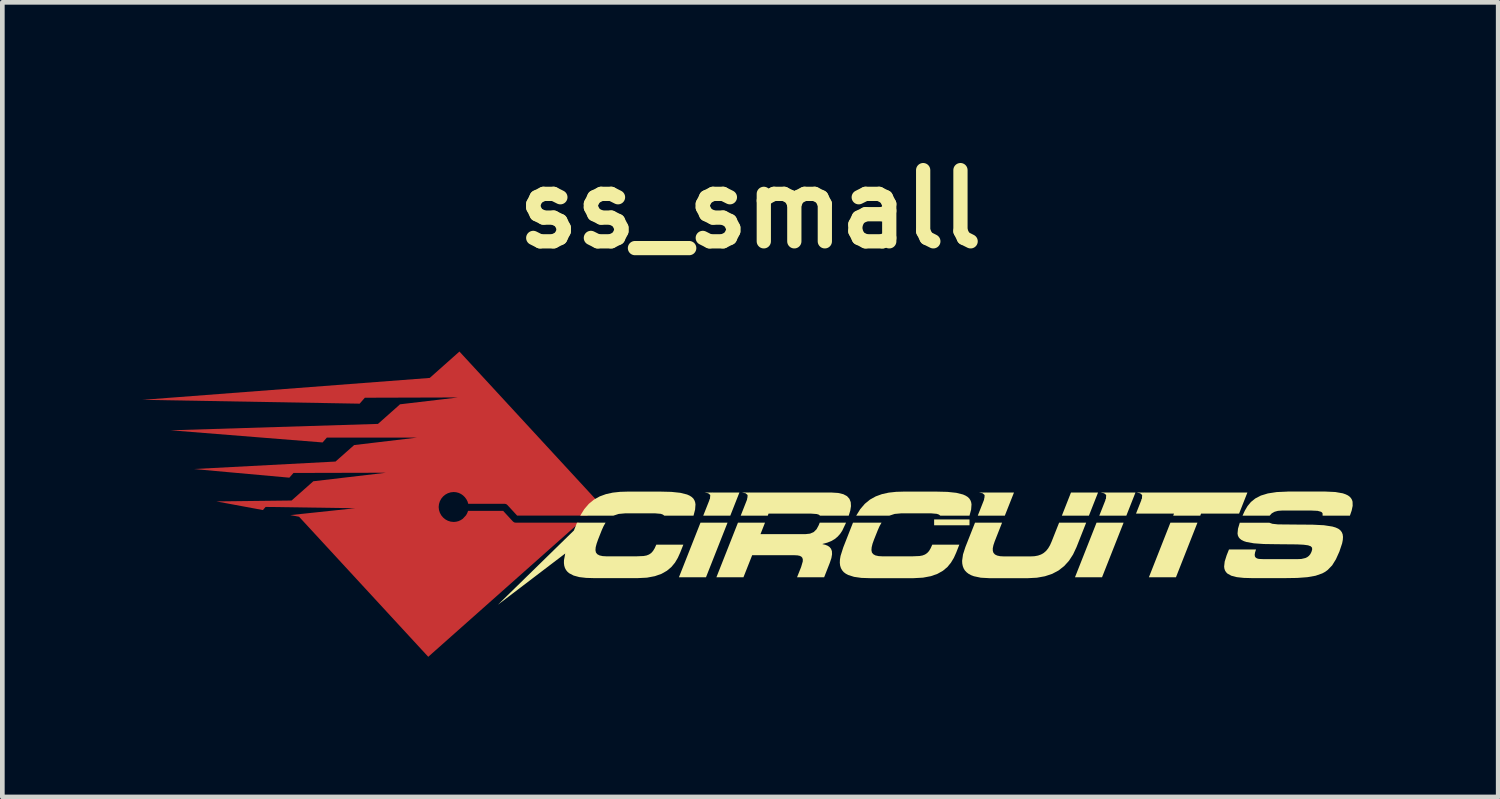
<source format=kicad_pcb>
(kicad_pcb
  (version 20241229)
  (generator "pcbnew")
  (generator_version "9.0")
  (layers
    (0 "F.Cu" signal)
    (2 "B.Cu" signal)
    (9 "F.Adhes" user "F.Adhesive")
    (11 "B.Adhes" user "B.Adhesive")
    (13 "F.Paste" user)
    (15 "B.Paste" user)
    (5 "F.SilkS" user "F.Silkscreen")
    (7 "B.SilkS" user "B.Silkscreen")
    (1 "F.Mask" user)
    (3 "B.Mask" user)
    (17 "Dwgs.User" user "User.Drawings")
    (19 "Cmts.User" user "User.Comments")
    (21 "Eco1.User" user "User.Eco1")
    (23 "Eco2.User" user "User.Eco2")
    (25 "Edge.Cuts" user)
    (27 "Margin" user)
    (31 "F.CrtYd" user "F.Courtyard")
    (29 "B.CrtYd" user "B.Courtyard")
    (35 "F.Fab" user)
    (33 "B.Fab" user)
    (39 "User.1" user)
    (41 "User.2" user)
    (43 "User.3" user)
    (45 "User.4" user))
  (footprint "ss_small"
    (layer "F.Cu")
    (at 13.008 7.741)
    (property "Reference" "ss_small" (at 0 -6.315 0) (layer "F.SilkS") (effects (font (size 1.524 1.524) (thickness 0.305))))
    (attr smd)
    (fp_poly (pts (xy -6.225 -3.266) (xy -6.86 -2.702) (xy -13.008 -2.233) (xy -8.36 -2.151) (xy -8.249 -2.278) (xy -6.255 -2.284) (xy -7.508 -2.136) (xy -7.497 -2.136) (xy -7.968 -1.718) (xy -12.408 -1.581) (xy -9.153 -1.321) (xy -9.062 -1.425) (xy -7.13 -1.425) (xy -8.478 -1.265) (xy -8.877 -0.912) (xy -11.913 -0.752) (xy -9.865 -0.567) (xy -9.776 -0.668) (xy -7.796 -0.673) (xy -9.352 -0.49) (xy -9.817 -0.078) (xy -11.428 -0.059) (xy -10.431 0.126) (xy -10.373 0.059) (xy -8.458 0.087) (xy -9.844 0.234) (xy -9.657 0.269) (xy -6.892 3.267) (xy -3.658 0.396) (xy -5.022 0.396) (xy -5.052 0.39) (xy -5.078 0.372) (xy -5.288 0.144) (xy -6.04 0.144) (xy -6.058 0.193) (xy -6.083 0.238) (xy -6.153 0.313) (xy -6.196 0.341) (xy -6.244 0.363) (xy -6.295 0.376) (xy -6.348 0.381) (xy -6.412 0.374) (xy -6.472 0.355) (xy -6.527 0.325) (xy -6.574 0.286) (xy -6.613 0.239) (xy -6.643 0.184) (xy -6.662 0.125) (xy -6.669 0.061) (xy -6.662 -0.003) (xy -6.643 -0.063) (xy -6.613 -0.118) (xy -6.574 -0.165) (xy -6.527 -0.204) (xy -6.472 -0.234) (xy -6.412 -0.253) (xy -6.348 -0.26) (xy -6.293 -0.255) (xy -6.24 -0.241) (xy -6.191 -0.218) (xy -6.147 -0.187) (xy -6.109 -0.15) (xy -6.077 -0.107) (xy -6.052 -0.06) (xy -6.036 -0.008) (xy -5.255 -0.008) (xy -5.225 -0.002) (xy -5.2 0.016) (xy -4.989 0.245) (xy -3.489 0.245) (xy -3.212 -0.000319) (xy -6.225 -3.267) (xy -6.225 -3.266)) (stroke (width 0) (type solid)) (fill yes) (layer "F.Cu"))
    (fp_poly (pts (xy 8.163 -2.043) (xy 8.241 -2.027) (xy 8.283 -1.99) (xy 8.28 -1.918) (xy 8.279 -1.914) (xy 7.745 -0.543) (xy 8.203 -0.543) (xy 8.788 -2.043) (xy 8.333 -2.043) (xy 8.33 -2.043) (xy 8.164 -2.043) (xy 8.163 -2.043)) (stroke (width 0) (type solid)) (fill yes) (layer "F.Mask"))
    (fp_poly (pts (xy 8.853 -2.043) (xy 8.923 -2.03) (xy 8.966 -1.999) (xy 8.977 -1.941) (xy 8.432 -0.543) (xy 8.89 -0.543) (xy 9.315 -1.632) (xy 9.319 -1.632) (xy 9.756 -0.543) (xy 10.466 -0.543) (xy 11.051 -2.043) (xy 10.592 -2.043) (xy 10.167 -0.953) (xy 10.163 -0.953) (xy 9.727 -2.043) (xy 9.021 -2.043) (xy 9.016 -2.043) (xy 8.852 -2.043) (xy 8.853 -2.043)) (stroke (width 0) (type solid)) (fill yes) (layer "F.Mask"))
    (fp_poly (pts (xy 1.69 -2.043) (xy 1.767 -2.027) (xy 1.809 -1.99) (xy 1.806 -1.918) (xy 1.806 -1.918) (xy 1.27 -0.543) (xy 2.932 -0.543) (xy 3.073 -0.903) (xy 1.869 -0.903) (xy 1.962 -1.144) (xy 3.077 -1.144) (xy 3.199 -1.454) (xy 2.084 -1.454) (xy 2.177 -1.695) (xy 3.354 -1.695) (xy 3.49 -2.043) (xy 1.858 -2.043) (xy 1.854 -2.043) (xy 1.689 -2.043) (xy 1.69 -2.043)) (stroke (width 0) (type solid)) (fill yes) (layer "F.Mask"))
    (fp_poly (pts (xy 4.117 -2.043) (xy 4.17 -2.024) (xy 4.201 -1.996) (xy 4.448 -1.695) (xy 4.525 -1.131) (xy 3.939 -1.131) (xy 4.448 -1.695) (xy 4.448 -1.695) (xy 4.201 -1.996) (xy 4.2 -1.951) (xy 2.892 -0.543) (xy 3.404 -0.543) (xy 3.642 -0.808) (xy 4.571 -0.808) (xy 4.61 -0.543) (xy 5.12 -0.543) (xy 4.882 -2.043) (xy 4.286 -2.043) (xy 4.286 -2.042) (xy 4.285 -2.043) (xy 4.117 -2.043) (xy 4.117 -2.043)) (stroke (width 0) (type solid)) (fill yes) (layer "F.Mask"))
    (fp_poly (pts (xy 5.488 -2.043) (xy 5.565 -2.027) (xy 5.607 -1.99) (xy 5.604 -1.918) (xy 5.592 -1.883) (xy 5.07 -0.543) (xy 5.516 -0.543) (xy 5.936 -1.62) (xy 5.94 -1.62) (xy 6.121 -0.543) (xy 6.464 -0.543) (xy 7.485 -1.62) (xy 7.489 -1.62) (xy 7.069 -0.543) (xy 7.515 -0.543) (xy 8.099 -2.043) (xy 7.395 -2.043) (xy 6.501 -1.077) (xy 6.359 -2.043) (xy 5.656 -2.043) (xy 5.654 -2.043) (xy 5.487 -2.043) (xy 5.488 -2.043)) (stroke (width 0) (type solid)) (fill yes) (layer "F.Mask"))
    (fp_poly (pts (xy -0.332 -2.043) (xy -0.26 -2.029) (xy 0.861 -1.67) (xy 1.009 -1.641) (xy 1.029 -1.593) (xy 1.01 -1.512) (xy 0.991 -1.463) (xy 0.906 -1.343) (xy 0.76 -1.305) (xy 0.002 -1.305) (xy 0.145 -1.67) (xy 0.861 -1.67) (xy -0.26 -2.029) (xy -0.217 -1.996) (xy -0.211 -1.934) (xy -0.753 -0.543) (xy -0.295 -0.543) (xy -0.143 -0.932) (xy 0.577 -0.932) (xy 0.663 -0.922) (xy 0.707 -0.887) (xy 0.713 -0.822) (xy 0.684 -0.723) (xy 0.614 -0.543) (xy 1.072 -0.543) (xy 1.172 -0.798) (xy 1.211 -0.95) (xy 1.195 -1.047) (xy 1.137 -1.102) (xy 1.051 -1.129) (xy 1.053 -1.133) (xy 1.201 -1.184) (xy 1.309 -1.261) (xy 1.389 -1.367) (xy 1.452 -1.502) (xy 1.489 -1.597) (xy 1.541 -1.78) (xy 1.524 -1.921) (xy 1.422 -2.011) (xy 1.215 -2.043) (xy -0.163 -2.043) (xy -0.168 -2.043) (xy -0.333 -2.043) (xy -0.332 -2.043)) (stroke (width 0) (type solid)) (fill yes) (layer "F.Mask"))
    (fp_poly (pts (xy -2.505 -1.516) (xy -2.355 -1.786) (xy -2.161 -1.952) (xy -1.921 -2.036) (xy -1.635 -2.059) (xy -1.096 -2.059) (xy -0.717 -2.031) (xy -0.602 -1.992) (xy -0.531 -1.936) (xy -0.499 -1.859) (xy -0.5 -1.761) (xy -0.583 -1.494) (xy -1.042 -1.494) (xy -1.025 -1.535) (xy -1.014 -1.602) (xy -1.039 -1.645) (xy -1.186 -1.674) (xy -1.686 -1.674) (xy -1.841 -1.653) (xy -1.951 -1.594) (xy -2.03 -1.499) (xy -2.09 -1.374) (xy -2.153 -1.212) (xy -2.197 -1.073) (xy -2.194 -0.98) (xy -2.134 -0.928) (xy -2.008 -0.912) (xy -1.519 -0.912) (xy -1.294 -0.945) (xy -1.226 -1.008) (xy -1.169 -1.119) (xy -0.711 -1.119) (xy -0.766 -0.978) (xy -0.856 -0.801) (xy -0.994 -0.658) (xy -1.199 -0.562) (xy -1.493 -0.527) (xy -2.233 -0.527) (xy -2.501 -0.55) (xy -2.675 -0.633) (xy -2.722 -0.705) (xy -2.74 -0.799) (xy -2.679 -1.069) (xy -2.505 -1.516) (xy -2.505 -1.516)) (stroke (width 0) (type solid)) (fill yes) (layer "F.Mask"))
    (fp_poly (pts (xy 10.985 -1.516) (xy 11.135 -1.786) (xy 11.33 -1.952) (xy 11.569 -2.036) (xy 11.856 -2.059) (xy 12.545 -2.059) (xy 12.844 -2.025) (xy 12.932 -1.984) (xy 12.986 -1.929) (xy 13.008 -1.777) (xy 12.951 -1.579) (xy 12.932 -1.531) (xy 12.482 -1.531) (xy 12.501 -1.62) (xy 12.476 -1.671) (xy 12.316 -1.699) (xy 11.819 -1.699) (xy 11.67 -1.686) (xy 11.563 -1.639) (xy 11.48 -1.543) (xy 11.405 -1.386) (xy 11.333 -1.2) (xy 11.284 -1.042) (xy 11.293 -0.947) (xy 11.364 -0.899) (xy 11.502 -0.886) (xy 11.992 -0.886) (xy 12.167 -0.914) (xy 12.241 -0.963) (xy 12.295 -1.05) (xy 12.312 -1.094) (xy 11.742 -1.094) (xy 11.863 -1.405) (xy 12.892 -1.405) (xy 12.725 -0.978) (xy 12.584 -0.726) (xy 12.398 -0.591) (xy 12.147 -0.536) (xy 11.81 -0.526) (xy 11.259 -0.526) (xy 10.99 -0.549) (xy 10.816 -0.633) (xy 10.769 -0.704) (xy 10.751 -0.799) (xy 10.811 -1.069) (xy 10.986 -1.516) (xy 10.985 -1.516)) (stroke (width 0) (type solid)) (fill yes) (layer "F.Mask"))
    (fp_poly (pts (xy -5.376 -2.567) (xy -4.931 -2.086) (xy -5.266 -2.477) (xy -4.931 -2.086) (xy -4.486 -1.602) (xy -4.496 -1.579) (xy -4.496 -1.577) (xy -4.119 -1.137) (xy -3.903 -1.127) (xy -3.368 -1.106) (xy -3.301 -1.065) (xy -3.313 -0.988) (xy -3.357 -0.919) (xy -3.417 -0.881) (xy -3.559 -0.862) (xy -3.884 -0.862) (xy -3.603 -0.534) (xy -3.309 -0.562) (xy -3.101 -0.636) (xy -2.953 -0.774) (xy -2.839 -0.996) (xy -2.775 -1.256) (xy -2.795 -1.341) (xy -2.854 -1.4) (xy -3.098 -1.463) (xy -3.53 -1.475) (xy -3.982 -1.492) (xy -4.039 -1.531) (xy -4.026 -1.608) (xy -3.944 -1.696) (xy -3.807 -1.724) (xy -3.299 -1.724) (xy -3.179 -1.715) (xy -3.123 -1.687) (xy -3.115 -1.639) (xy -3.137 -1.568) (xy -2.679 -1.568) (xy -2.66 -1.616) (xy -2.606 -1.796) (xy -2.626 -1.936) (xy -2.678 -1.988) (xy -2.765 -2.027) (xy -3.066 -2.059) (xy -3.706 -2.059) (xy -3.983 -2.038) (xy -4.181 -1.979) (xy -4.316 -1.888) (xy -4.408 -1.77) (xy -5.376 -2.567) (xy -5.376 -2.567)) (stroke (width 0) (type solid)) (fill yes) (layer "F.Mask"))
    (fp_poly (pts (xy -6.225 -3.266) (xy -6.86 -2.702) (xy -13.008 -2.233) (xy -8.36 -2.151) (xy -8.249 -2.278) (xy -6.255 -2.284) (xy -7.508 -2.136) (xy -7.497 -2.136) (xy -7.968 -1.718) (xy -12.408 -1.581) (xy -9.153 -1.321) (xy -9.062 -1.425) (xy -7.13 -1.425) (xy -8.478 -1.265) (xy -8.877 -0.912) (xy -11.913 -0.752) (xy -9.865 -0.567) (xy -9.776 -0.668) (xy -7.796 -0.673) (xy -9.352 -0.49) (xy -9.817 -0.078) (xy -11.428 -0.059) (xy -10.431 0.126) (xy -10.373 0.059) (xy -8.458 0.087) (xy -9.844 0.234) (xy -9.657 0.269) (xy -6.892 3.267) (xy -3.658 0.396) (xy -5.022 0.396) (xy -5.052 0.39) (xy -5.078 0.372) (xy -5.288 0.144) (xy -6.04 0.144) (xy -6.058 0.193) (xy -6.083 0.238) (xy -6.153 0.313) (xy -6.196 0.341) (xy -6.244 0.363) (xy -6.295 0.376) (xy -6.348 0.381) (xy -6.412 0.374) (xy -6.472 0.355) (xy -6.527 0.325) (xy -6.574 0.286) (xy -6.613 0.239) (xy -6.643 0.184) (xy -6.662 0.125) (xy -6.669 0.061) (xy -6.662 -0.003) (xy -6.643 -0.063) (xy -6.613 -0.118) (xy -6.574 -0.165) (xy -6.527 -0.204) (xy -6.472 -0.234) (xy -6.412 -0.253) (xy -6.348 -0.26) (xy -6.293 -0.255) (xy -6.24 -0.241) (xy -6.191 -0.218) (xy -6.147 -0.187) (xy -6.109 -0.15) (xy -6.077 -0.107) (xy -6.052 -0.06) (xy -6.036 -0.008) (xy -5.255 -0.008) (xy -5.225 -0.002) (xy -5.2 0.016) (xy -4.989 0.245) (xy -3.489 0.245) (xy -3.212 -0.000321) (xy -6.225 -3.267) (xy -6.225 -3.266)) (stroke (width 0) (type solid)) (fill yes) (layer "F.Mask"))
    (fp_poly (pts (xy -1.065 0.396) (xy -1.526 1.564) (xy -0.947 1.564) (xy -0.486 0.396) (xy -1.065 0.396)) (stroke (width 0) (type solid)) (fill yes) (layer "F.SilkS"))
    (fp_poly (pts (xy -0.81 -0.249) (xy -1.006 0.246) (xy -0.427 0.246) (xy -0.232 -0.249) (xy -0.81 -0.249)) (stroke (width 0) (type solid)) (fill yes) (layer "F.SilkS"))
    (fp_poly (pts (xy 4.693 0.452) (xy 3.936 0.452) (xy 3.936 0.327) (xy 4.693 0.327) (xy 4.693 0.452)) (stroke (width 0) (type solid)) (fill yes) (layer "F.SilkS"))
    (fp_poly (pts (xy 5.065 -0.249) (xy 4.87 0.246) (xy 5.449 0.246) (xy 5.645 -0.249) (xy 5.065 -0.249)) (stroke (width 0) (type solid)) (fill yes) (layer "F.SilkS"))
    (fp_poly (pts (xy 6.865 -0.249) (xy 6.67 0.246) (xy 7.249 0.246) (xy 7.444 -0.249) (xy 6.865 -0.249)) (stroke (width 0) (type solid)) (fill yes) (layer "F.SilkS"))
    (fp_poly (pts (xy 7.412 0.396) (xy 6.951 1.564) (xy 7.53 1.564) (xy 7.991 0.396) (xy 7.412 0.396)) (stroke (width 0) (type solid)) (fill yes) (layer "F.SilkS"))
    (fp_poly (pts (xy 7.667 -0.249) (xy 7.471 0.246) (xy 8.05 0.246) (xy 8.245 -0.249) (xy 7.667 -0.249)) (stroke (width 0) (type solid)) (fill yes) (layer "F.SilkS"))
    (fp_poly (pts (xy 8.993 0.396) (xy 8.533 1.564) (xy 9.112 1.564) (xy 9.572 0.396) (xy 8.993 0.396)) (stroke (width 0) (type solid)) (fill yes) (layer "F.SilkS"))
    (fp_poly (pts (xy 8.435 -0.249) (xy 8.257 0.202) (xy 9.07 0.202) (xy 9.053 0.246) (xy 9.632 0.246) (xy 9.649 0.202) (xy 10.463 0.202) (xy 10.641 -0.249) (xy 8.435 -0.249)) (stroke (width 0) (type solid)) (fill yes) (layer "F.SilkS"))
    (fp_poly (pts (xy -0.807 -0.249) (xy -0.976 -0.249) (xy -0.899 -0.233) (xy -0.856 -0.196) (xy -0.859 -0.124) (xy -0.87 -0.08) (xy -0.844 -0.105) (xy -0.791 -0.18) (xy -0.807 -0.249) (xy -0.807 -0.249)) (stroke (width 0) (type solid)) (fill yes) (layer "F.SilkS"))
    (fp_poly (pts (xy -0.008 -0.249) (xy -0.177 -0.249) (xy -0.099 -0.233) (xy -0.057 -0.196) (xy -0.06 -0.124) (xy -0.071 -0.08) (xy -0.045 -0.105) (xy 0.008 -0.18) (xy -0.007 -0.249) (xy -0.008 -0.249)) (stroke (width 0) (type solid)) (fill yes) (layer "F.SilkS"))
    (fp_poly (pts (xy 5.065 -0.249) (xy 4.896 -0.249) (xy 4.974 -0.233) (xy 5.016 -0.196) (xy 5.013 -0.124) (xy 5.002 -0.08) (xy 5.028 -0.105) (xy 5.081 -0.18) (xy 5.065 -0.249) (xy 5.065 -0.249)) (stroke (width 0) (type solid)) (fill yes) (layer "F.SilkS"))
    (fp_poly (pts (xy 7.667 -0.249) (xy 7.498 -0.249) (xy 7.575 -0.233) (xy 7.618 -0.196) (xy 7.615 -0.124) (xy 7.604 -0.08) (xy 7.63 -0.105) (xy 7.683 -0.18) (xy 7.667 -0.249) (xy 7.667 -0.249)) (stroke (width 0) (type solid)) (fill yes) (layer "F.SilkS"))
    (fp_poly (pts (xy 8.437 -0.249) (xy 8.268 -0.249) (xy 8.346 -0.233) (xy 8.388 -0.196) (xy 8.385 -0.124) (xy 8.374 -0.08) (xy 8.4 -0.105) (xy 8.453 -0.18) (xy 8.437 -0.249) (xy 8.437 -0.249)) (stroke (width 0) (type solid)) (fill yes) (layer "F.SilkS"))
    (fp_poly (pts (xy -0.009 -0.249) (xy -0.204 0.246) (xy 0.375 0.246) (xy 0.392 0.202) (xy 1.297 0.202) (xy 1.422 0.211) (xy 1.465 0.224) (xy 1.494 0.246) (xy 2.108 0.246) (xy 2.141 0.138) (xy 2.156 0.042) (xy 2.151 -0.043) (xy 2.123 -0.114) (xy 2.071 -0.172) (xy 1.991 -0.214) (xy 1.881 -0.24) (xy 1.738 -0.249) (xy -0.009 -0.249) (xy -0.009 -0.249)) (stroke (width 0) (type solid)) (fill yes) (layer "F.SilkS"))
    (fp_poly (pts (xy -2.613 -0.269) (xy -2.784 -0.264) (xy -2.942 -0.247) (xy -3.088 -0.215) (xy -3.222 -0.166) (xy -3.344 -0.098) (xy -3.454 -0.008) (xy -3.552 0.106) (xy -3.639 0.246) (xy -2.929 0.246) (xy -2.816 0.209) (xy -2.672 0.196) (xy -2.041 0.196) (xy -1.914 0.207) (xy -1.87 0.223) (xy -1.839 0.246) (xy -1.214 0.246) (xy -1.18 0.114) (xy -1.172 0.004) (xy -1.18 -0.043) (xy -1.196 -0.085) (xy -1.22 -0.123) (xy -1.255 -0.155) (xy -1.299 -0.183) (xy -1.353 -0.207) (xy -1.497 -0.243) (xy -1.688 -0.263) (xy -1.933 -0.269) (xy -2.613 -0.269) (xy -2.613 -0.269)) (stroke (width 0) (type solid)) (fill yes) (layer "F.SilkS"))
    (fp_poly (pts (xy 3.294 -0.269) (xy 3.123 -0.264) (xy 2.965 -0.247) (xy 2.819 -0.215) (xy 2.685 -0.166) (xy 2.563 -0.098) (xy 2.453 -0.008) (xy 2.355 0.106) (xy 2.268 0.246) (xy 2.978 0.246) (xy 3.091 0.209) (xy 3.235 0.196) (xy 3.866 0.196) (xy 3.993 0.207) (xy 4.038 0.223) (xy 4.068 0.246) (xy 4.693 0.246) (xy 4.728 0.114) (xy 4.736 0.004) (xy 4.728 -0.043) (xy 4.712 -0.085) (xy 4.687 -0.123) (xy 4.653 -0.155) (xy 4.608 -0.183) (xy 4.554 -0.207) (xy 4.41 -0.243) (xy 4.219 -0.263) (xy 3.974 -0.269) (xy 3.294 -0.269) (xy 3.294 -0.269)) (stroke (width 0) (type solid)) (fill yes) (layer "F.SilkS"))
    (fp_poly (pts (xy 11.5 -0.269) (xy 11.269 -0.259) (xy 11.08 -0.23) (xy 10.929 -0.184) (xy 10.81 -0.122) (xy 10.717 -0.047) (xy 10.644 0.041) (xy 10.586 0.139) (xy 10.537 0.246) (xy 11.118 0.246) (xy 11.162 0.197) (xy 11.222 0.163) (xy 11.294 0.143) (xy 11.377 0.137) (xy 12.018 0.137) (xy 12.144 0.143) (xy 12.217 0.163) (xy 12.238 0.178) (xy 12.25 0.197) (xy 12.251 0.246) (xy 12.835 0.246) (xy 12.873 0.136) (xy 12.894 0.036) (xy 12.892 -0.052) (xy 12.88 -0.091) (xy 12.86 -0.126) (xy 12.831 -0.159) (xy 12.793 -0.187) (xy 12.743 -0.211) (xy 12.683 -0.232) (xy 12.523 -0.26) (xy 12.308 -0.27) (xy 11.5 -0.27) (xy 11.5 -0.269)) (stroke (width 0) (type solid)) (fill yes) (layer "F.SilkS"))
    (fp_poly (pts (xy -0.263 0.396) (xy -0.724 1.564) (xy -0.145 1.564) (xy 0.041 1.093) (xy 0.951 1.093) (xy 1.011 1.096) (xy 1.059 1.106) (xy 1.093 1.123) (xy 1.115 1.148) (xy 1.125 1.182) (xy 1.124 1.226) (xy 1.089 1.346) (xy 1.002 1.564) (xy 1.582 1.564) (xy 1.703 1.256) (xy 1.737 1.154) (xy 1.751 1.072) (xy 1.748 1.006) (xy 1.729 0.955) (xy 1.697 0.917) (xy 1.655 0.889) (xy 1.604 0.869) (xy 1.546 0.856) (xy 1.548 0.851) (xy 1.648 0.824) (xy 1.734 0.79) (xy 1.808 0.747) (xy 1.87 0.696) (xy 1.923 0.637) (xy 1.969 0.568) (xy 2.047 0.404) (xy 2.05 0.396) (xy 1.487 0.396) (xy 1.465 0.452) (xy 1.42 0.536) (xy 1.36 0.596) (xy 1.28 0.631) (xy 1.176 0.642) (xy 0.219 0.642) (xy 0.316 0.396) (xy -0.263 0.396) (xy -0.263 0.396)) (stroke (width 0) (type solid)) (fill yes) (layer "F.SilkS"))
    (fp_poly (pts (xy 2.199 0.396) (xy 1.99 0.928) (xy 1.933 1.108) (xy 1.92 1.185) (xy 1.917 1.254) (xy 1.924 1.315) (xy 1.941 1.369) (xy 1.967 1.415) (xy 2.001 1.455) (xy 2.045 1.488) (xy 2.096 1.516) (xy 2.223 1.556) (xy 2.379 1.578) (xy 2.562 1.584) (xy 3.495 1.584) (xy 3.697 1.573) (xy 3.867 1.541) (xy 4.008 1.491) (xy 4.125 1.425) (xy 4.22 1.345) (xy 4.296 1.252) (xy 4.358 1.149) (xy 4.408 1.038) (xy 4.475 0.867) (xy 3.896 0.867) (xy 3.862 0.943) (xy 3.827 1.002) (xy 3.787 1.046) (xy 3.741 1.077) (xy 3.688 1.098) (xy 3.624 1.11) (xy 3.458 1.117) (xy 2.84 1.117) (xy 2.749 1.112) (xy 2.68 1.097) (xy 2.633 1.071) (xy 2.604 1.034) (xy 2.594 0.984) (xy 2.599 0.922) (xy 2.618 0.845) (xy 2.651 0.754) (xy 2.729 0.559) (xy 2.767 0.472) (xy 2.81 0.396) (xy 2.198 0.396) (xy 2.199 0.396)) (stroke (width 0) (type solid)) (fill yes) (layer "F.SilkS"))
    (fp_poly (pts (xy 4.811 0.396) (xy 4.605 0.918) (xy 4.554 1.076) (xy 4.535 1.212) (xy 4.538 1.272) (xy 4.549 1.326) (xy 4.568 1.376) (xy 4.595 1.42) (xy 4.631 1.458) (xy 4.675 1.492) (xy 4.727 1.52) (xy 4.788 1.543) (xy 4.935 1.574) (xy 5.117 1.584) (xy 5.947 1.584) (xy 6.137 1.574) (xy 6.308 1.543) (xy 6.462 1.492) (xy 6.598 1.42) (xy 6.718 1.326) (xy 6.822 1.212) (xy 6.91 1.076) (xy 6.984 0.918) (xy 7.19 0.396) (xy 6.611 0.396) (xy 6.452 0.797) (xy 6.417 0.877) (xy 6.377 0.945) (xy 6.333 1) (xy 6.282 1.044) (xy 6.225 1.077) (xy 6.16 1.1) (xy 6.086 1.114) (xy 6.003 1.118) (xy 5.429 1.118) (xy 5.349 1.114) (xy 5.285 1.1) (xy 5.238 1.077) (xy 5.207 1.044) (xy 5.192 1) (xy 5.191 0.945) (xy 5.205 0.877) (xy 5.232 0.797) (xy 5.39 0.396) (xy 4.811 0.396) (xy 4.811 0.396)) (stroke (width 0) (type solid)) (fill yes) (layer "F.SilkS"))
    (fp_poly (pts (xy -3.708 0.396) (xy -3.774 0.563) (xy -5.401 2.153) (xy -3.96 1.056) (xy -3.987 1.2) (xy -3.988 1.262) (xy -3.981 1.317) (xy -3.966 1.366) (xy -3.943 1.409) (xy -3.913 1.446) (xy -3.876 1.478) (xy -3.78 1.528) (xy -3.659 1.561) (xy -3.513 1.578) (xy -3.345 1.583) (xy -2.411 1.583) (xy -2.21 1.573) (xy -2.041 1.541) (xy -1.899 1.491) (xy -1.783 1.425) (xy -1.688 1.345) (xy -1.611 1.252) (xy -1.55 1.149) (xy -1.5 1.038) (xy -1.432 0.867) (xy -2.011 0.867) (xy -2.045 0.943) (xy -2.081 1.002) (xy -2.12 1.046) (xy -2.166 1.077) (xy -2.219 1.098) (xy -2.283 1.11) (xy -2.449 1.117) (xy -3.067 1.117) (xy -3.158 1.112) (xy -3.226 1.097) (xy -3.274 1.071) (xy -3.303 1.034) (xy -3.313 0.984) (xy -3.308 0.922) (xy -3.288 0.845) (xy -3.256 0.754) (xy -3.179 0.559) (xy -3.14 0.472) (xy -3.097 0.396) (xy -3.709 0.396) (xy -3.708 0.396)) (stroke (width 0) (type solid)) (fill yes) (layer "F.SilkS"))
    (fp_poly (pts (xy 10.478 0.396) (xy 10.44 0.524) (xy 10.43 0.626) (xy 10.437 0.669) (xy 10.454 0.707) (xy 10.48 0.739) (xy 10.516 0.767) (xy 10.564 0.791) (xy 10.623 0.81) (xy 10.779 0.838) (xy 10.991 0.853) (xy 11.263 0.857) (xy 11.704 0.861) (xy 11.844 0.868) (xy 11.94 0.881) (xy 11.998 0.902) (xy 12.025 0.932) (xy 12.027 0.972) (xy 12.011 1.024) (xy 11.987 1.071) (xy 11.957 1.107) (xy 11.922 1.134) (xy 11.882 1.153) (xy 11.795 1.173) (xy 11.703 1.177) (xy 10.994 1.177) (xy 10.887 1.172) (xy 10.848 1.162) (xy 10.82 1.145) (xy 10.802 1.12) (xy 10.797 1.083) (xy 10.805 1.033) (xy 10.826 0.969) (xy 10.247 0.969) (xy 10.197 1.094) (xy 10.155 1.228) (xy 10.143 1.336) (xy 10.149 1.382) (xy 10.163 1.422) (xy 10.185 1.456) (xy 10.214 1.486) (xy 10.298 1.532) (xy 10.414 1.562) (xy 10.562 1.578) (xy 10.743 1.583) (xy 11.444 1.583) (xy 11.707 1.579) (xy 11.924 1.563) (xy 12.1 1.532) (xy 12.243 1.482) (xy 12.304 1.449) (xy 12.359 1.409) (xy 12.455 1.31) (xy 12.536 1.179) (xy 12.61 1.015) (xy 12.669 0.838) (xy 12.683 0.765) (xy 12.687 0.701) (xy 12.68 0.646) (xy 12.661 0.599) (xy 12.63 0.559) (xy 12.587 0.526) (xy 12.53 0.5) (xy 12.46 0.479) (xy 12.278 0.451) (xy 12.036 0.439) (xy 11.731 0.437) (xy 11.295 0.433) (xy 11.176 0.42) (xy 11.109 0.397) (xy 10.478 0.397) (xy 10.478 0.396)) (stroke (width 0) (type solid)) (fill yes) (layer "F.SilkS")))
  (gr_rect
    (start -3 -3)
    (end 29.017 14.008)
    (stroke (width 0.1) (type default))
    (fill no)
    (layer "Edge.Cuts")))
</source>
